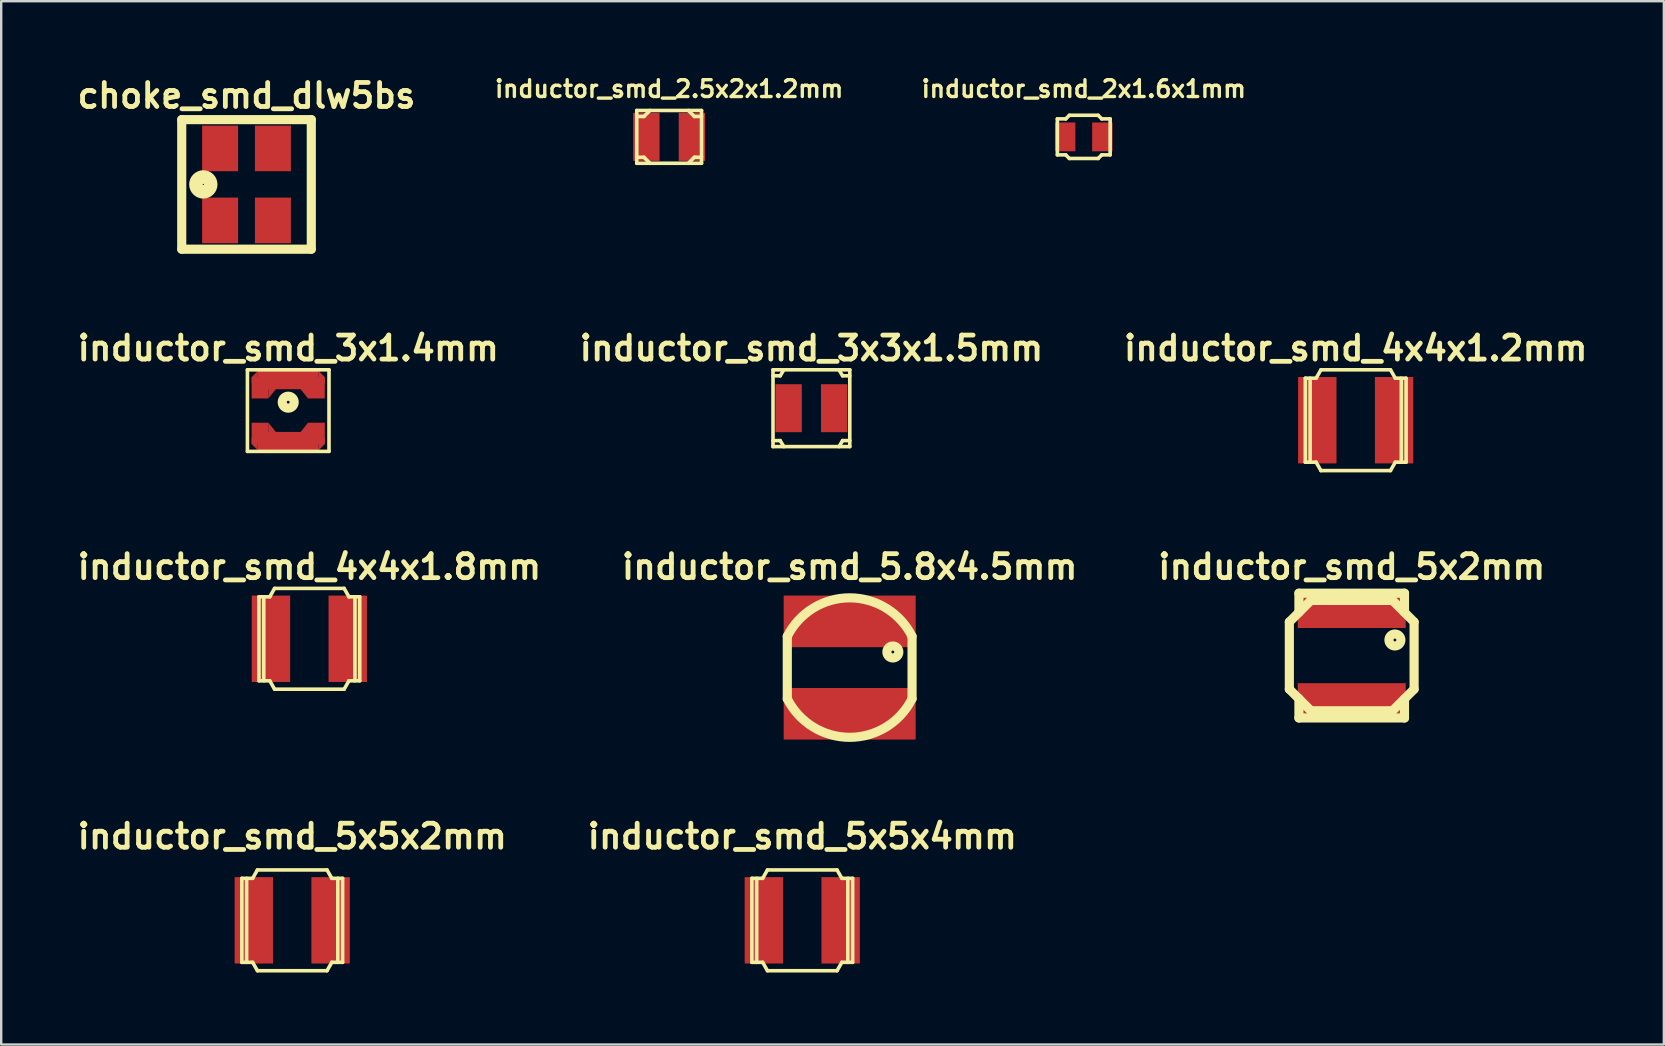
<source format=kicad_pcb>
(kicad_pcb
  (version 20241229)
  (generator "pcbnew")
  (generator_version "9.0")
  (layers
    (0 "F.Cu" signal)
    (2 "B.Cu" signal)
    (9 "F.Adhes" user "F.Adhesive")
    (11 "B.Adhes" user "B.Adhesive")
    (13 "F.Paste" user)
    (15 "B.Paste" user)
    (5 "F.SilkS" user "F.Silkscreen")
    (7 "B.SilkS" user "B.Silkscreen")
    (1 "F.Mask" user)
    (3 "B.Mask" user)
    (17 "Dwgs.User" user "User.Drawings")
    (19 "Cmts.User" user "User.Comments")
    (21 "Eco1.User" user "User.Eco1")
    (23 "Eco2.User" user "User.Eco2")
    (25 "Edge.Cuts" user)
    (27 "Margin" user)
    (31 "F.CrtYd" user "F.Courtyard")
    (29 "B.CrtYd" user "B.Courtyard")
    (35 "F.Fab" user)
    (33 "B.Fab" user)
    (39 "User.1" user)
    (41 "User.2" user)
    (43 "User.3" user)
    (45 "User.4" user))
  (footprint "inductor_smd_5x5x2mm"
    (layer "F.Cu")
    (at 9.129 35.307)
    (property "Reference" "inductor_smd_5x5x2mm" (at 0 -3.5 0) (layer "F.SilkS") (effects (font (size 1 1) (thickness 0.2))))
    (attr smd)
    (fp_line (start -2.1 1.75) (end -2.1 -1.75) (stroke (width 0.15) (type solid)) (layer "F.SilkS"))
    (fp_line (start -1.9 -1.75) (end -1.9 1.75) (stroke (width 0.15) (type solid)) (layer "F.SilkS"))
    (fp_line (start -1.65 -1.75) (end -2.1 -1.75) (stroke (width 0.15) (type solid)) (layer "F.SilkS"))
    (fp_line (start -1.65 1.75) (end -2.1 1.75) (stroke (width 0.15) (type solid)) (layer "F.SilkS"))
    (fp_line (start -1.45 -2.1) (end -1.65 -1.75) (stroke (width 0.15) (type solid)) (layer "F.SilkS"))
    (fp_line (start -1.45 -2.1) (end 1.45 -2.1) (stroke (width 0.15) (type solid)) (layer "F.SilkS"))
    (fp_line (start -1.45 2.1) (end -1.65 1.75) (stroke (width 0.15) (type solid)) (layer "F.SilkS"))
    (fp_line (start 1.45 -2.1) (end 1.65 -1.75) (stroke (width 0.15) (type solid)) (layer "F.SilkS"))
    (fp_line (start 1.45 2.1) (end -1.45 2.1) (stroke (width 0.15) (type solid)) (layer "F.SilkS"))
    (fp_line (start 1.45 2.1) (end 1.65 1.75) (stroke (width 0.15) (type solid)) (layer "F.SilkS"))
    (fp_line (start 1.65 -1.75) (end 2.1 -1.75) (stroke (width 0.15) (type solid)) (layer "F.SilkS"))
    (fp_line (start 1.65 1.75) (end 2.1 1.75) (stroke (width 0.15) (type solid)) (layer "F.SilkS"))
    (fp_line (start 1.9 1.75) (end 1.9 -1.75) (stroke (width 0.15) (type solid)) (layer "F.SilkS"))
    (fp_line (start 2.1 -1.75) (end 2.1 1.75) (stroke (width 0.15) (type solid)) (layer "F.SilkS"))
    (pad "1" smd rect (at -1.6 0) (size 1.6 3.6) (layers "F.Cu" "F.Mask" "F.Paste"))
    (pad "2" smd rect (at 1.6 0) (size 1.6 3.6) (layers "F.Cu" "F.Mask" "F.Paste")))
  (footprint "choke_smd_dlw5bs"
    (layer "F.Cu")
    (at 7.224 4.636)
    (property "Reference" "choke_smd_dlw5bs" (at 0 -3.7 0) (layer "F.SilkS") (effects (font (size 1 1) (thickness 0.2))))
    (attr smd)
    (fp_line (start -2.7 2.7) (end -2.7 -2.7) (stroke (width 0.381) (type solid)) (layer "F.SilkS"))
    (fp_line (start -2.7 2.7) (end 2.7 2.7) (stroke (width 0.381) (type solid)) (layer "F.SilkS"))
    (fp_line (start 2.7 -2.7) (end -2.7 -2.7) (stroke (width 0.381) (type solid)) (layer "F.SilkS"))
    (fp_line (start 2.7 2.7) (end 2.7 -2.7) (stroke (width 0.381) (type solid)) (layer "F.SilkS"))
    (fp_circle (center -1.8 0) (end -2.2 0) (stroke (width 0.381) (type solid)) (fill no) (layer "F.SilkS"))
    (fp_circle (center -1.8 0) (end -1.7 0) (stroke (width 0.15) (type solid)) (fill no) (layer "F.SilkS"))
    (fp_circle (center -1.8 0) (end -1.6 0) (stroke (width 0.15) (type solid)) (fill no) (layer "F.SilkS"))
    (pad "1" smd rect (at -1.1 1.5) (size 1.5 1.9) (layers "F.Cu" "F.Mask" "F.Paste"))
    (pad "2" smd rect (at 1.1 1.5) (size 1.5 1.9) (layers "F.Cu" "F.Mask" "F.Paste"))
    (pad "3" smd rect (at 1.1 -1.5) (size 1.5 1.9) (layers "F.Cu" "F.Mask" "F.Paste"))
    (pad "4" smd rect (at -1.1 -1.5) (size 1.5 1.9) (layers "F.Cu" "F.Mask" "F.Paste")))
  (footprint "inductor_smd_5x5x4mm"
    (layer "F.Cu")
    (at 30.386 35.307)
    (property "Reference" "inductor_smd_5x5x4mm" (at 0 -3.5 0) (layer "F.SilkS") (effects (font (size 1 1) (thickness 0.2))))
    (attr smd)
    (fp_line (start -2.1 1.75) (end -2.1 -1.75) (stroke (width 0.15) (type solid)) (layer "F.SilkS"))
    (fp_line (start -1.9 -1.75) (end -1.9 1.75) (stroke (width 0.15) (type solid)) (layer "F.SilkS"))
    (fp_line (start -1.65 -1.75) (end -2.1 -1.75) (stroke (width 0.15) (type solid)) (layer "F.SilkS"))
    (fp_line (start -1.65 1.75) (end -2.1 1.75) (stroke (width 0.15) (type solid)) (layer "F.SilkS"))
    (fp_line (start -1.45 -2.1) (end -1.65 -1.75) (stroke (width 0.15) (type solid)) (layer "F.SilkS"))
    (fp_line (start -1.45 -2.1) (end 1.45 -2.1) (stroke (width 0.15) (type solid)) (layer "F.SilkS"))
    (fp_line (start -1.45 2.1) (end -1.65 1.75) (stroke (width 0.15) (type solid)) (layer "F.SilkS"))
    (fp_line (start 1.45 -2.1) (end 1.65 -1.75) (stroke (width 0.15) (type solid)) (layer "F.SilkS"))
    (fp_line (start 1.45 2.1) (end -1.45 2.1) (stroke (width 0.15) (type solid)) (layer "F.SilkS"))
    (fp_line (start 1.45 2.1) (end 1.65 1.75) (stroke (width 0.15) (type solid)) (layer "F.SilkS"))
    (fp_line (start 1.65 -1.75) (end 2.1 -1.75) (stroke (width 0.15) (type solid)) (layer "F.SilkS"))
    (fp_line (start 1.65 1.75) (end 2.1 1.75) (stroke (width 0.15) (type solid)) (layer "F.SilkS"))
    (fp_line (start 1.9 1.75) (end 1.9 -1.75) (stroke (width 0.15) (type solid)) (layer "F.SilkS"))
    (fp_line (start 2.1 -1.75) (end 2.1 1.75) (stroke (width 0.15) (type solid)) (layer "F.SilkS"))
    (pad "1" smd rect (at -1.6 0) (size 1.6 3.6) (layers "F.Cu" "F.Mask" "F.Paste"))
    (pad "2" smd rect (at 1.6 0) (size 1.6 3.6) (layers "F.Cu" "F.Mask" "F.Paste")))
  (footprint "inductor_smd_5x2mm"
    (layer "F.Cu")
    (at 53.286 24.273)
    (property "Reference" "inductor_smd_5x2mm" (at 0 -3.7 0) (layer "F.SilkS") (effects (font (size 1 1) (thickness 0.2))))
    (attr smd)
    (fp_line (start -2.6 1.4) (end -2.6 -1.4) (stroke (width 0.381) (type solid)) (layer "F.SilkS"))
    (fp_line (start -2.2 -2.6) (end 2.2 -2.6) (stroke (width 0.381) (type solid)) (layer "F.SilkS"))
    (fp_line (start -2.2 -1.8) (end -2.2 -2.6) (stroke (width 0.381) (type solid)) (layer "F.SilkS"))
    (fp_line (start -2.2 1.8) (end -2.2 2.6) (stroke (width 0.381) (type solid)) (layer "F.SilkS"))
    (fp_line (start -2.2 2.6) (end 2.2 2.6) (stroke (width 0.381) (type solid)) (layer "F.SilkS"))
    (fp_line (start -1.7 -2.3) (end -2.6 -1.4) (stroke (width 0.381) (type solid)) (layer "F.SilkS"))
    (fp_line (start -1.7 -2.3) (end 1.7 -2.3) (stroke (width 0.381) (type solid)) (layer "F.SilkS"))
    (fp_line (start -1.7 2.3) (end -2.6 1.4) (stroke (width 0.381) (type solid)) (layer "F.SilkS"))
    (fp_line (start 1.7 -2.3) (end 2.6 -1.4) (stroke (width 0.381) (type solid)) (layer "F.SilkS"))
    (fp_line (start 1.7 2.3) (end -1.7 2.3) (stroke (width 0.381) (type solid)) (layer "F.SilkS"))
    (fp_line (start 1.7 2.3) (end 2.6 1.4) (stroke (width 0.381) (type solid)) (layer "F.SilkS"))
    (fp_line (start 2.2 -2.6) (end 2.2 -1.8) (stroke (width 0.381) (type solid)) (layer "F.SilkS"))
    (fp_line (start 2.2 2.6) (end 2.2 1.8) (stroke (width 0.381) (type solid)) (layer "F.SilkS"))
    (fp_line (start 2.6 1.4) (end 2.6 -1.4) (stroke (width 0.381) (type solid)) (layer "F.SilkS"))
    (fp_circle (center 1.8 -0.65) (end 1.8 -0.401) (stroke (width 0.381) (type solid)) (fill no) (layer "F.SilkS"))
    (pad "1" smd rect (at 0 -1.95) (size 4.5 1.6) (layers "F.Cu" "F.Mask" "F.Paste"))
    (pad "2" smd rect (at 0 1.95) (size 4.5 1.6) (layers "F.Cu" "F.Mask" "F.Paste")))
  (footprint "inductor_smd_5.8x4.5mm"
    (layer "F.Cu")
    (at 32.362 24.773)
    (property "Reference" "inductor_smd_5.8x4.5mm" (at 0 -4.2 0) (layer "F.SilkS") (effects (font (size 1 1) (thickness 0.2))))
    (attr smd)
    (fp_line (start -2.6 -1.3) (end -2.6 1.3) (stroke (width 0.381) (type solid)) (layer "F.SilkS"))
    (fp_line (start 2.6 1.3) (end 2.6 -1.3) (stroke (width 0.381) (type solid)) (layer "F.SilkS"))
    (fp_arc (start -2.599999 -1.3) (mid 0 -2.906887) (end 2.599999 -1.299999) (stroke (width 0.381) (type solid)) (layer "F.SilkS"))
    (fp_arc (start 2.599999 1.3) (mid 0 2.906887) (end -2.599999 1.299999) (stroke (width 0.381) (type solid)) (layer "F.SilkS"))
    (fp_circle (center 1.8 -0.65) (end 1.8 -0.401) (stroke (width 0.381) (type solid)) (fill no) (layer "F.SilkS"))
    (pad "1" smd rect (at 0 -1.925) (size 5.5 2.15) (layers "F.Cu" "F.Mask" "F.Paste"))
    (pad "2" smd rect (at 0 1.925) (size 5.5 2.15) (layers "F.Cu" "F.Mask" "F.Paste")))
  (footprint "inductor_smd_3x1.4mm"
    (layer "F.Cu")
    (at 8.962 14.062)
    (property "Reference" "inductor_smd_3x1.4mm" (at 0 -2.6 0) (layer "F.SilkS") (effects (font (size 1 1) (thickness 0.2))))
    (attr smd)
    (fp_line (start -1.7 -1.7) (end 1.7 -1.7) (stroke (width 0.15) (type solid)) (layer "F.SilkS"))
    (fp_line (start -1.7 1.7) (end -1.7 -1.7) (stroke (width 0.15) (type solid)) (layer "F.SilkS"))
    (fp_line (start 1.7 -1.7) (end 1.7 1.7) (stroke (width 0.15) (type solid)) (layer "F.SilkS"))
    (fp_line (start 1.7 1.7) (end -1.7 1.7) (stroke (width 0.15) (type solid)) (layer "F.SilkS"))
    (fp_circle (center 0 -0.35) (end 0 -0.101) (stroke (width 0.381) (type solid)) (fill no) (layer "F.SilkS"))
    (pad "1" smd trapezoid (at -1.397 -1.27 180) (size 0.255 0.505) (rect_delta 0.255 0) (layers "F.Cu" "F.Mask" "F.Paste"))
    (pad "1" smd rect (at -1.175 -0.948) (size 0.7 0.885) (layers "F.Cu" "F.Mask" "F.Paste"))
    (pad "1" smd trapezoid (at -0.625 -1.055) (size 0.4 0.6) (rect_delta 0.5 0) (layers "F.Cu" "F.Mask" "F.Paste"))
    (pad "1" smd rect (at 0 -1.27) (size 2.54 0.76) (layers "F.Cu" "F.Mask" "F.Paste"))
    (pad "1" smd trapezoid (at 0.625 -1.055 180) (size 0.4 0.6) (rect_delta 0.5 0) (layers "F.Cu" "F.Mask" "F.Paste"))
    (pad "1" smd rect (at 1.175 -0.948) (size 0.7 0.885) (layers "F.Cu" "F.Mask" "F.Paste"))
    (pad "1" smd trapezoid (at 1.397 -1.27) (size 0.255 0.505) (rect_delta 0.255 0) (layers "F.Cu" "F.Mask" "F.Paste"))
    (pad "2" smd trapezoid (at -1.397 1.27 180) (size 0.255 0.505) (rect_delta 0.255 0) (layers "F.Cu" "F.Mask" "F.Paste"))
    (pad "2" smd rect (at -1.175 0.948) (size 0.7 0.885) (layers "F.Cu" "F.Mask" "F.Paste"))
    (pad "2" smd trapezoid (at -0.625 1.055) (size 0.4 0.6) (rect_delta 0.5 0) (layers "F.Cu" "F.Mask" "F.Paste"))
    (pad "2" smd rect (at 0 1.27) (size 2.54 0.76) (layers "F.Cu" "F.Mask" "F.Paste"))
    (pad "2" smd trapezoid (at 0.625 1.055 180) (size 0.4 0.6) (rect_delta 0.5 0) (layers "F.Cu" "F.Mask" "F.Paste"))
    (pad "2" smd rect (at 1.175 0.948) (size 0.7 0.885) (layers "F.Cu" "F.Mask" "F.Paste"))
    (pad "2" smd trapezoid (at 1.397 1.27) (size 0.255 0.505) (rect_delta 0.255 0) (layers "F.Cu" "F.Mask" "F.Paste")))
  (footprint "inductor_smd_2.5x2x1.2mm"
    (layer "F.Cu")
    (at 24.838 2.655)
    (property "Reference" "inductor_smd_2.5x2x1.2mm" (at 0 -2 0) (layer "F.SilkS") (effects (font (size 0.7 0.7) (thickness 0.14))))
    (attr smd)
    (fp_line (start -1.35 -1.1) (end 1.35 -1.1) (stroke (width 0.15) (type solid)) (layer "F.SilkS"))
    (fp_line (start -1.35 1.1) (end -1.35 -1.1) (stroke (width 0.15) (type solid)) (layer "F.SilkS"))
    (fp_line (start -1.05 -0.85) (end -1.35 -0.85) (stroke (width 0.15) (type solid)) (layer "F.SilkS"))
    (fp_line (start -1.05 0.85) (end -1.35 0.85) (stroke (width 0.15) (type solid)) (layer "F.SilkS"))
    (fp_line (start -0.8 -1.1) (end -1.05 -0.85) (stroke (width 0.15) (type solid)) (layer "F.SilkS"))
    (fp_line (start -0.8 1.1) (end -1.05 0.85) (stroke (width 0.15) (type solid)) (layer "F.SilkS"))
    (fp_line (start 0.8 -1.1) (end 1.05 -0.85) (stroke (width 0.15) (type solid)) (layer "F.SilkS"))
    (fp_line (start 0.8 1.1) (end 1.05 0.85) (stroke (width 0.15) (type solid)) (layer "F.SilkS"))
    (fp_line (start 1.05 -0.85) (end 1.35 -0.85) (stroke (width 0.15) (type solid)) (layer "F.SilkS"))
    (fp_line (start 1.05 0.85) (end 1.35 0.85) (stroke (width 0.15) (type solid)) (layer "F.SilkS"))
    (fp_line (start 1.35 -1.1) (end 1.35 1.1) (stroke (width 0.15) (type solid)) (layer "F.SilkS"))
    (fp_line (start 1.35 1.1) (end -1.35 1.1) (stroke (width 0.15) (type solid)) (layer "F.SilkS"))
    (pad "1" smd rect (at -0.95 0) (size 1.1 2) (layers "F.Cu" "F.Mask" "F.Paste"))
    (pad "2" smd rect (at 0.95 0) (size 1.1 2) (layers "F.Cu" "F.Mask" "F.Paste")))
  (footprint "inductor_smd_4x4x1.2mm"
    (layer "F.Cu")
    (at 53.452 14.463)
    (property "Reference" "inductor_smd_4x4x1.2mm" (at 0 -3 0) (layer "F.SilkS") (effects (font (size 1 1) (thickness 0.2))))
    (attr smd)
    (fp_line (start -2.1 1.75) (end -2.1 -1.75) (stroke (width 0.15) (type solid)) (layer "F.SilkS"))
    (fp_line (start -1.9 -1.75) (end -1.9 1.75) (stroke (width 0.15) (type solid)) (layer "F.SilkS"))
    (fp_line (start -1.65 -1.75) (end -2.1 -1.75) (stroke (width 0.15) (type solid)) (layer "F.SilkS"))
    (fp_line (start -1.65 1.75) (end -2.1 1.75) (stroke (width 0.15) (type solid)) (layer "F.SilkS"))
    (fp_line (start -1.45 -2.1) (end -1.65 -1.75) (stroke (width 0.15) (type solid)) (layer "F.SilkS"))
    (fp_line (start -1.45 -2.1) (end 1.45 -2.1) (stroke (width 0.15) (type solid)) (layer "F.SilkS"))
    (fp_line (start -1.45 2.1) (end -1.65 1.75) (stroke (width 0.15) (type solid)) (layer "F.SilkS"))
    (fp_line (start 1.45 -2.1) (end 1.65 -1.75) (stroke (width 0.15) (type solid)) (layer "F.SilkS"))
    (fp_line (start 1.45 2.1) (end -1.45 2.1) (stroke (width 0.15) (type solid)) (layer "F.SilkS"))
    (fp_line (start 1.45 2.1) (end 1.65 1.75) (stroke (width 0.15) (type solid)) (layer "F.SilkS"))
    (fp_line (start 1.65 -1.75) (end 2.1 -1.75) (stroke (width 0.15) (type solid)) (layer "F.SilkS"))
    (fp_line (start 1.65 1.75) (end 2.1 1.75) (stroke (width 0.15) (type solid)) (layer "F.SilkS"))
    (fp_line (start 1.9 1.75) (end 1.9 -1.75) (stroke (width 0.15) (type solid)) (layer "F.SilkS"))
    (fp_line (start 2.1 -1.75) (end 2.1 1.75) (stroke (width 0.15) (type solid)) (layer "F.SilkS"))
    (pad "1" smd rect (at -1.6 0) (size 1.6 3.6) (layers "F.Cu" "F.Mask" "F.Paste"))
    (pad "2" smd rect (at 1.6 0) (size 1.6 3.6) (layers "F.Cu" "F.Mask" "F.Paste")))
  (footprint "inductor_smd_2x1.6x1mm"
    (layer "F.Cu")
    (at 42.118 2.655)
    (property "Reference" "inductor_smd_2x1.6x1mm" (at 0 -2 0) (layer "F.SilkS") (effects (font (size 0.7 0.7) (thickness 0.14))))
    (attr smd)
    (fp_line (start -1.1 -0.75) (end -0.75 -0.75) (stroke (width 0.15) (type solid)) (layer "F.SilkS"))
    (fp_line (start -1.1 0.75) (end -1.1 -0.75) (stroke (width 0.15) (type solid)) (layer "F.SilkS"))
    (fp_line (start -0.75 -0.75) (end -0.6 -0.9) (stroke (width 0.15) (type solid)) (layer "F.SilkS"))
    (fp_line (start -0.75 0.75) (end -1.1 0.75) (stroke (width 0.15) (type solid)) (layer "F.SilkS"))
    (fp_line (start -0.6 -0.9) (end 0.6 -0.9) (stroke (width 0.15) (type solid)) (layer "F.SilkS"))
    (fp_line (start -0.6 0.9) (end -0.75 0.75) (stroke (width 0.15) (type solid)) (layer "F.SilkS"))
    (fp_line (start -0.6 0.9) (end 0.6 0.9) (stroke (width 0.15) (type solid)) (layer "F.SilkS"))
    (fp_line (start 0.6 -0.9) (end 0.75 -0.75) (stroke (width 0.15) (type solid)) (layer "F.SilkS"))
    (fp_line (start 0.75 -0.75) (end 1.1 -0.75) (stroke (width 0.15) (type solid)) (layer "F.SilkS"))
    (fp_line (start 0.75 0.75) (end 0.6 0.9) (stroke (width 0.15) (type solid)) (layer "F.SilkS"))
    (fp_line (start 1.1 -0.75) (end 1.1 0.75) (stroke (width 0.15) (type solid)) (layer "F.SilkS"))
    (fp_line (start 1.1 0.75) (end 0.75 0.75) (stroke (width 0.15) (type solid)) (layer "F.SilkS"))
    (pad "1" smd rect (at -0.775 0) (size 0.85 1.2) (layers "F.Cu" "F.Mask" "F.Paste"))
    (pad "2" smd rect (at 0.775 0) (size 0.85 1.2) (layers "F.Cu" "F.Mask" "F.Paste")))
  (footprint "inductor_smd_3x3x1.5mm"
    (layer "F.Cu")
    (at 30.767 13.963)
    (property "Reference" "inductor_smd_3x3x1.5mm" (at 0 -2.5 0) (layer "F.SilkS") (effects (font (size 1 1) (thickness 0.2))))
    (attr smd)
    (fp_line (start -1.6 -1.6) (end 1.6 -1.6) (stroke (width 0.15) (type solid)) (layer "F.SilkS"))
    (fp_line (start -1.6 1.6) (end -1.6 -1.6) (stroke (width 0.15) (type solid)) (layer "F.SilkS"))
    (fp_line (start -1.3 -1.35) (end -1.6 -1.35) (stroke (width 0.15) (type solid)) (layer "F.SilkS"))
    (fp_line (start -1.3 1.35) (end -1.6 1.35) (stroke (width 0.15) (type solid)) (layer "F.SilkS"))
    (fp_line (start -1.15 -1.6) (end -1.3 -1.35) (stroke (width 0.15) (type solid)) (layer "F.SilkS"))
    (fp_line (start -1.15 1.6) (end -1.3 1.35) (stroke (width 0.15) (type solid)) (layer "F.SilkS"))
    (fp_line (start 1.15 -1.6) (end 1.3 -1.35) (stroke (width 0.15) (type solid)) (layer "F.SilkS"))
    (fp_line (start 1.15 1.6) (end 1.3 1.35) (stroke (width 0.15) (type solid)) (layer "F.SilkS"))
    (fp_line (start 1.3 -1.35) (end 1.6 -1.35) (stroke (width 0.15) (type solid)) (layer "F.SilkS"))
    (fp_line (start 1.3 1.35) (end 1.6 1.35) (stroke (width 0.15) (type solid)) (layer "F.SilkS"))
    (fp_line (start 1.6 -1.6) (end 1.6 1.6) (stroke (width 0.15) (type solid)) (layer "F.SilkS"))
    (fp_line (start 1.6 1.6) (end -1.6 1.6) (stroke (width 0.15) (type solid)) (layer "F.SilkS"))
    (pad "1" smd rect (at -0.95 0) (size 1.1 2) (layers "F.Cu" "F.Mask" "F.Paste"))
    (pad "2" smd rect (at 0.95 0) (size 1.1 2) (layers "F.Cu" "F.Mask" "F.Paste")))
  (footprint "inductor_smd_4x4x1.8mm"
    (layer "F.Cu")
    (at 9.843 23.573)
    (property "Reference" "inductor_smd_4x4x1.8mm" (at 0 -3 0) (layer "F.SilkS") (effects (font (size 1 1) (thickness 0.2))))
    (attr smd)
    (fp_line (start -2.1 1.75) (end -2.1 -1.75) (stroke (width 0.15) (type solid)) (layer "F.SilkS"))
    (fp_line (start -1.9 -1.75) (end -1.9 1.75) (stroke (width 0.15) (type solid)) (layer "F.SilkS"))
    (fp_line (start -1.65 -1.75) (end -2.1 -1.75) (stroke (width 0.15) (type solid)) (layer "F.SilkS"))
    (fp_line (start -1.65 1.75) (end -2.1 1.75) (stroke (width 0.15) (type solid)) (layer "F.SilkS"))
    (fp_line (start -1.45 -2.1) (end -1.65 -1.75) (stroke (width 0.15) (type solid)) (layer "F.SilkS"))
    (fp_line (start -1.45 -2.1) (end 1.45 -2.1) (stroke (width 0.15) (type solid)) (layer "F.SilkS"))
    (fp_line (start -1.45 2.1) (end -1.65 1.75) (stroke (width 0.15) (type solid)) (layer "F.SilkS"))
    (fp_line (start 1.45 -2.1) (end 1.65 -1.75) (stroke (width 0.15) (type solid)) (layer "F.SilkS"))
    (fp_line (start 1.45 2.1) (end -1.45 2.1) (stroke (width 0.15) (type solid)) (layer "F.SilkS"))
    (fp_line (start 1.45 2.1) (end 1.65 1.75) (stroke (width 0.15) (type solid)) (layer "F.SilkS"))
    (fp_line (start 1.65 -1.75) (end 2.1 -1.75) (stroke (width 0.15) (type solid)) (layer "F.SilkS"))
    (fp_line (start 1.65 1.75) (end 2.1 1.75) (stroke (width 0.15) (type solid)) (layer "F.SilkS"))
    (fp_line (start 1.9 1.75) (end 1.9 -1.75) (stroke (width 0.15) (type solid)) (layer "F.SilkS"))
    (fp_line (start 2.1 -1.75) (end 2.1 1.75) (stroke (width 0.15) (type solid)) (layer "F.SilkS"))
    (pad "1" smd rect (at -1.6 0) (size 1.6 3.6) (layers "F.Cu" "F.Mask" "F.Paste"))
    (pad "2" smd rect (at 1.6 0) (size 1.6 3.6) (layers "F.Cu" "F.Mask" "F.Paste")))
  (gr_rect
    (start -3 -3)
    (end 66.295 40.482)
    (stroke (width 0.1) (type default))
    (fill no)
    (layer "Edge.Cuts")))
</source>
